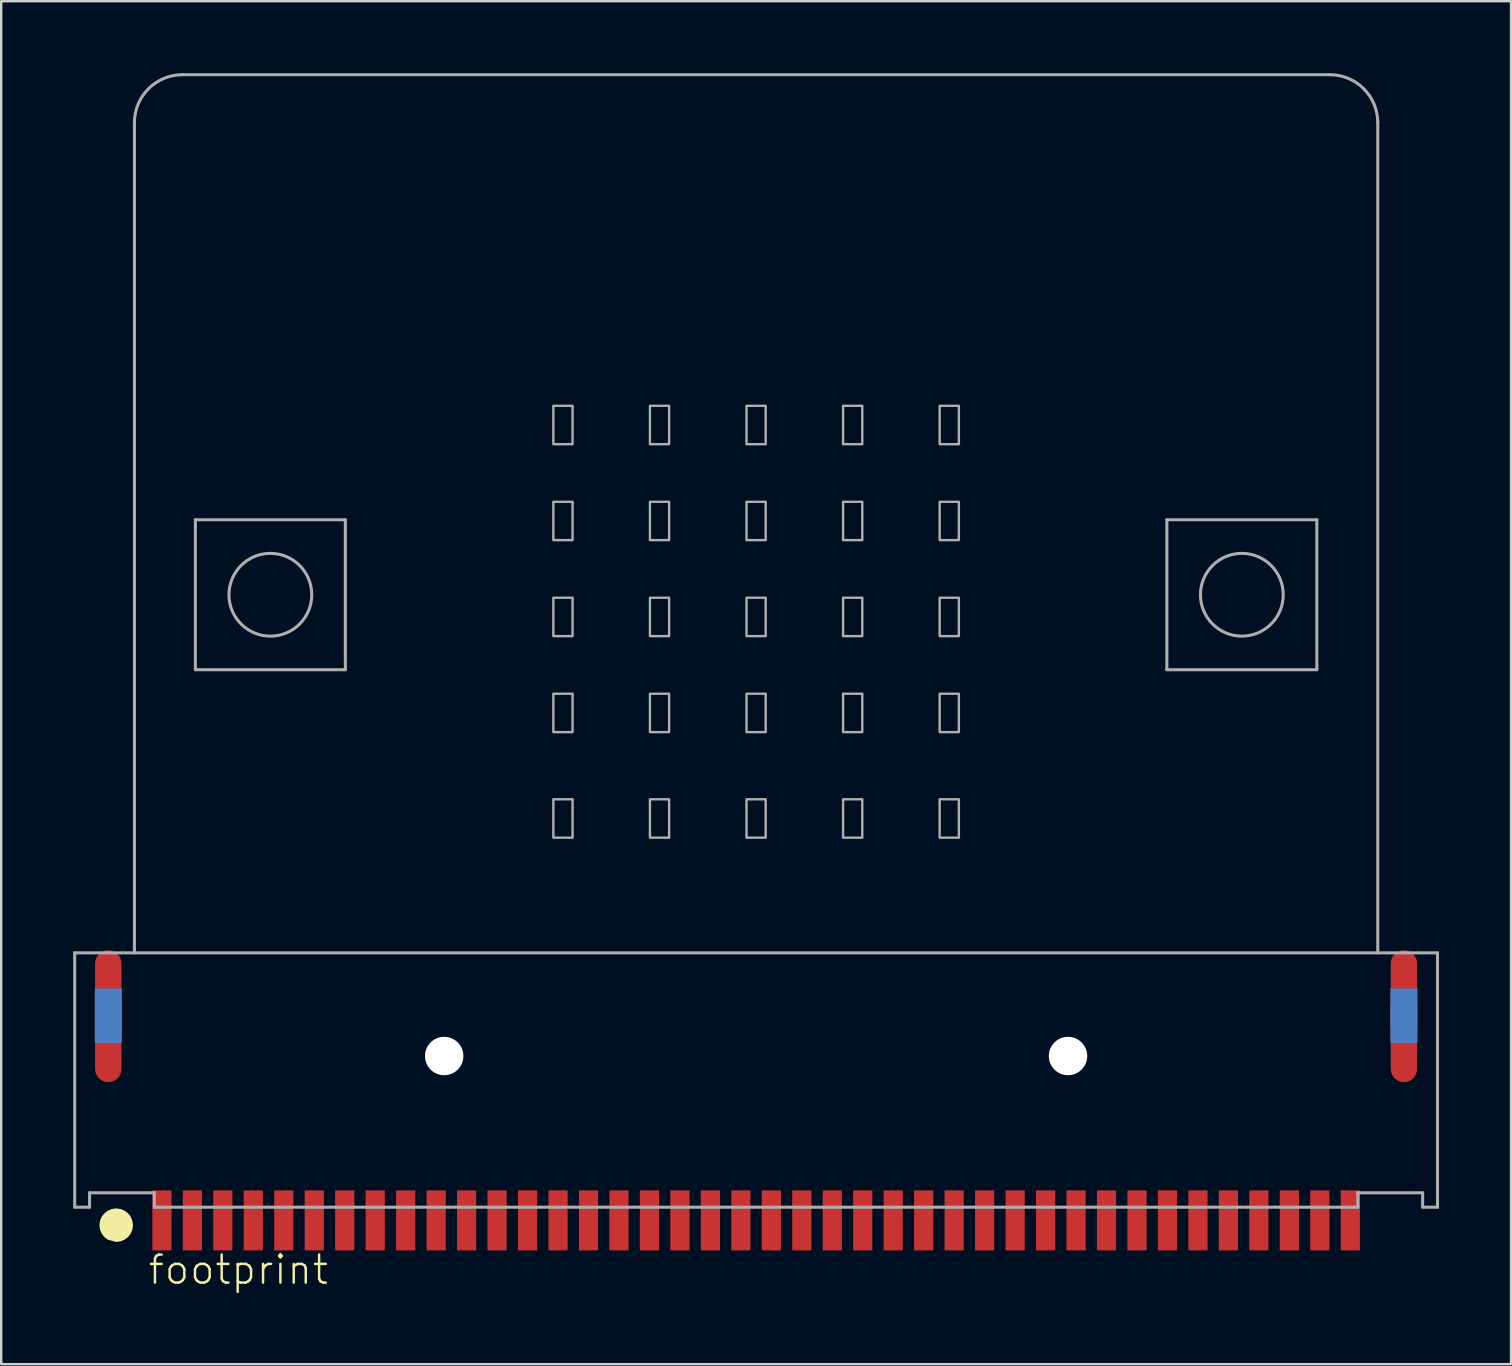
<source format=kicad_pcb>
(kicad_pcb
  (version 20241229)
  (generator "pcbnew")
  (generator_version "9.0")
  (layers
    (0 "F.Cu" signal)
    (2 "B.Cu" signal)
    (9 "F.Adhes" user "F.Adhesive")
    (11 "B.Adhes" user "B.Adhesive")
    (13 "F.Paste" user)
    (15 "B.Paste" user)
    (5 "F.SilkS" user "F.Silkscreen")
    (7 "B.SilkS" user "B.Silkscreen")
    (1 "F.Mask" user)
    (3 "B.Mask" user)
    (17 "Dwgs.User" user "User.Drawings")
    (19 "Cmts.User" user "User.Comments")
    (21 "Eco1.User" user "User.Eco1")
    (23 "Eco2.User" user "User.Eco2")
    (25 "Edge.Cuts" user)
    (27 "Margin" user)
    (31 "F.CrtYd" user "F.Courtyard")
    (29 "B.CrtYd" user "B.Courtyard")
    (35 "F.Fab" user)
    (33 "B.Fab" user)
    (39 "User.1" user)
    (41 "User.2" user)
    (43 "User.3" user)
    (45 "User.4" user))
  (footprint "footprint"
    (layer "F.Cu")
    (at 28.463 41.663)
    (property "Reference" "footprint" (at -25.4 8.89 0) (layer "F.SilkS") (effects (font (size 1.168 1.168) (thickness 0.102)) (justify left bottom)))
    (fp_poly (pts (xy -26.856 -5.096) (xy -26.722 -5.041) (xy -26.608 -4.952) (xy -26.519 -4.838) (xy -26.464 -4.704) (xy -26.445 -4.56) (xy -26.445 -0.16) (xy -26.464 -0.016) (xy -26.519 0.118) (xy -26.608 0.232) (xy -26.722 0.321) (xy -26.856 0.376) (xy -27 0.395) (xy -27.144 0.376) (xy -27.278 0.321) (xy -27.392 0.232) (xy -27.481 0.117) (xy -27.555 -0.159) (xy -27.555 -4.56) (xy -27.536 -4.704) (xy -27.481 -4.838) (xy -27.392 -4.952) (xy -27.277 -5.041) (xy -27 -5.115)) (stroke (width 0) (type solid)) (fill yes) (layer "F.Mask"))
    (fp_poly (pts (xy 27.144 -5.096) (xy 27.278 -5.041) (xy 27.392 -4.952) (xy 27.481 -4.838) (xy 27.536 -4.704) (xy 27.555 -4.56) (xy 27.555 -0.16) (xy 27.536 -0.016) (xy 27.481 0.118) (xy 27.392 0.232) (xy 27.278 0.321) (xy 27.144 0.376) (xy 27 0.395) (xy 26.856 0.376) (xy 26.722 0.321) (xy 26.608 0.232) (xy 26.519 0.117) (xy 26.445 -0.159) (xy 26.445 -4.56) (xy 26.464 -4.704) (xy 26.519 -4.838) (xy 26.608 -4.952) (xy 26.723 -5.041) (xy 27 -5.115)) (stroke (width 0) (type solid)) (fill yes) (layer "F.Mask"))
    (fp_poly (pts (xy -26.437 -1.246) (xy -27.563 -1.246) (xy -27.563 -3.516) (xy -26.437 -3.516)) (stroke (width 0) (type solid)) (fill yes) (layer "B.Cu"))
    (fp_poly (pts (xy 27.563 -1.246) (xy 26.437 -1.246) (xy 26.437 -3.516) (xy 27.563 -3.516)) (stroke (width 0) (type solid)) (fill yes) (layer "B.Cu"))
    (fp_poly (pts (xy -26.489 5.675) (xy -26.32 5.745) (xy -26.176 5.856) (xy -26.065 6) (xy -25.995 6.169) (xy -25.971 6.35) (xy -25.995 6.531) (xy -26.065 6.7) (xy -26.176 6.844) (xy -26.32 6.955) (xy -26.489 7.025) (xy -26.674 7.05) (xy -27.016 6.958) (xy -27.164 6.844) (xy -27.275 6.7) (xy -27.345 6.531) (xy -27.369 6.35) (xy -27.345 6.169) (xy -27.275 6) (xy -27.164 5.856) (xy -27.02 5.745) (xy -26.851 5.675) (xy -26.67 5.651)) (stroke (width 0) (type solid)) (fill yes) (layer "F.SilkS"))
    (fp_poly (pts (xy -26.437 -1.246) (xy -27.563 -1.246) (xy -27.563 -3.516) (xy -26.437 -3.516)) (stroke (width 0) (type solid)) (fill yes) (layer "In2.Cu"))
    (fp_poly (pts (xy 27.563 -1.246) (xy 26.437 -1.246) (xy 26.437 -3.516) (xy 27.563 -3.516)) (stroke (width 0) (type solid)) (fill yes) (layer "In2.Cu"))
    (fp_poly (pts (xy -26.856 -5.096) (xy -26.722 -5.041) (xy -26.608 -4.952) (xy -26.519 -4.838) (xy -26.464 -4.704) (xy -26.445 -4.56) (xy -26.445 -0.16) (xy -26.464 -0.016) (xy -26.519 0.118) (xy -26.608 0.232) (xy -26.722 0.321) (xy -26.856 0.376) (xy -27 0.395) (xy -27.277 0.321) (xy -27.392 0.232) (xy -27.481 0.118) (xy -27.536 -0.016) (xy -27.555 -0.16) (xy -27.555 -4.56) (xy -27.536 -4.704) (xy -27.481 -4.838) (xy -27.392 -4.952) (xy -27.278 -5.041) (xy -27.144 -5.096) (xy -27 -5.115)) (stroke (width 0) (type solid)) (fill yes) (layer "F.Paste"))
    (fp_poly (pts (xy 27.144 -5.096) (xy 27.278 -5.041) (xy 27.392 -4.952) (xy 27.481 -4.838) (xy 27.536 -4.704) (xy 27.555 -4.56) (xy 27.555 -0.16) (xy 27.536 -0.016) (xy 27.481 0.118) (xy 27.392 0.232) (xy 27.278 0.321) (xy 27.144 0.376) (xy 27 0.395) (xy 26.723 0.321) (xy 26.608 0.232) (xy 26.519 0.118) (xy 26.464 -0.016) (xy 26.445 -0.16) (xy 26.445 -4.56) (xy 26.464 -4.704) (xy 26.519 -4.838) (xy 26.608 -4.952) (xy 26.722 -5.041) (xy 26.856 -5.096) (xy 27 -5.115)) (stroke (width 0) (type solid)) (fill yes) (layer "F.Paste"))
    (fp_line (start -28.4 -5) (end -28.4 5.6) (stroke (width 0.127) (type solid)) (layer "F.Fab"))
    (fp_line (start -27.78 5) (end -27.78 5.6) (stroke (width 0.127) (type solid)) (layer "F.Fab"))
    (fp_line (start -27.78 5.6) (end -28.4 5.6) (stroke (width 0.127) (type solid)) (layer "F.Fab"))
    (fp_line (start -25.91 -5) (end -28.4 -5) (stroke (width 0.127) (type solid)) (layer "F.Fab"))
    (fp_line (start -25.91 -5) (end -25.91 -39.6) (stroke (width 0.127) (type solid)) (layer "F.Fab"))
    (fp_line (start -25.08 5) (end -27.78 5) (stroke (width 0.127) (type solid)) (layer "F.Fab"))
    (fp_line (start -25.08 5.6) (end -25.08 5) (stroke (width 0.127) (type solid)) (layer "F.Fab"))
    (fp_line (start -23.91 -41.6) (end 23.91 -41.6) (stroke (width 0.127) (type solid)) (layer "F.Fab"))
    (fp_line (start -23.37 -23.05) (end -17.12 -23.05) (stroke (width 0.127) (type solid)) (layer "F.Fab"))
    (fp_line (start -23.37 -16.8) (end -23.37 -23.05) (stroke (width 0.127) (type solid)) (layer "F.Fab"))
    (fp_line (start -17.12 -23.05) (end -17.12 -16.8) (stroke (width 0.127) (type solid)) (layer "F.Fab"))
    (fp_line (start -17.12 -16.8) (end -23.37 -16.8) (stroke (width 0.127) (type solid)) (layer "F.Fab"))
    (fp_line (start 17.12 -23.05) (end 23.37 -23.05) (stroke (width 0.127) (type solid)) (layer "F.Fab"))
    (fp_line (start 17.12 -16.8) (end 17.12 -23.05) (stroke (width 0.127) (type solid)) (layer "F.Fab"))
    (fp_line (start 23.37 -23.05) (end 23.37 -16.8) (stroke (width 0.127) (type solid)) (layer "F.Fab"))
    (fp_line (start 23.37 -16.8) (end 17.12 -16.8) (stroke (width 0.127) (type solid)) (layer "F.Fab"))
    (fp_line (start 25.08 5) (end 25.08 5.6) (stroke (width 0.127) (type solid)) (layer "F.Fab"))
    (fp_line (start 25.08 5.6) (end -25.08 5.6) (stroke (width 0.127) (type solid)) (layer "F.Fab"))
    (fp_line (start 25.91 -39.6) (end 25.91 -5) (stroke (width 0.127) (type solid)) (layer "F.Fab"))
    (fp_line (start 25.91 -5) (end -25.91 -5) (stroke (width 0.127) (type solid)) (layer "F.Fab"))
    (fp_line (start 27.78 5) (end 25.08 5) (stroke (width 0.127) (type solid)) (layer "F.Fab"))
    (fp_line (start 27.78 5) (end 27.78 5.6) (stroke (width 0.127) (type solid)) (layer "F.Fab"))
    (fp_line (start 28.4 -5) (end 25.91 -5) (stroke (width 0.127) (type solid)) (layer "F.Fab"))
    (fp_line (start 28.4 -5) (end 28.4 5.6) (stroke (width 0.127) (type solid)) (layer "F.Fab"))
    (fp_line (start 28.4 5.6) (end 27.78 5.6) (stroke (width 0.127) (type solid)) (layer "F.Fab"))
    (fp_arc (start -25.91 -39.6) (mid -25.324214 -41.014214) (end -23.91 -41.6) (stroke (width 0.127) (type solid)) (layer "F.Fab"))
    (fp_arc (start 23.91 -41.6) (mid 25.324214 -41.014214) (end 25.91 -39.6) (stroke (width 0.127) (type solid)) (layer "F.Fab"))
    (fp_circle (center -20.245 -19.925) (end -18.52 -19.925) (stroke (width 0.127) (type solid)) (fill no) (layer "F.Fab"))
    (fp_circle (center 20.245 -19.925) (end 21.97 -19.925) (stroke (width 0.127) (type solid)) (fill no) (layer "F.Fab"))
    (fp_poly (pts (xy -8.45 -26.2) (xy -7.65 -26.2) (xy -7.65 -27.8) (xy -8.45 -27.8)) (stroke (width 0.1) (type solid)) (fill no) (layer "F.Fab"))
    (fp_poly (pts (xy -8.45 -22.2) (xy -7.65 -22.2) (xy -7.65 -23.8) (xy -8.45 -23.8)) (stroke (width 0.1) (type solid)) (fill no) (layer "F.Fab"))
    (fp_poly (pts (xy -8.45 -18.2) (xy -7.65 -18.2) (xy -7.65 -19.8) (xy -8.45 -19.8)) (stroke (width 0.1) (type solid)) (fill no) (layer "F.Fab"))
    (fp_poly (pts (xy -8.45 -14.2) (xy -7.65 -14.2) (xy -7.65 -15.8) (xy -8.45 -15.8)) (stroke (width 0.1) (type solid)) (fill no) (layer "F.Fab"))
    (fp_poly (pts (xy -8.45 -9.8) (xy -7.65 -9.8) (xy -7.65 -11.4) (xy -8.45 -11.4)) (stroke (width 0.1) (type solid)) (fill no) (layer "F.Fab"))
    (fp_poly (pts (xy -4.425 -26.2) (xy -3.625 -26.2) (xy -3.625 -27.8) (xy -4.425 -27.8)) (stroke (width 0.1) (type solid)) (fill no) (layer "F.Fab"))
    (fp_poly (pts (xy -4.425 -22.2) (xy -3.625 -22.2) (xy -3.625 -23.8) (xy -4.425 -23.8)) (stroke (width 0.1) (type solid)) (fill no) (layer "F.Fab"))
    (fp_poly (pts (xy -4.425 -18.2) (xy -3.625 -18.2) (xy -3.625 -19.8) (xy -4.425 -19.8)) (stroke (width 0.1) (type solid)) (fill no) (layer "F.Fab"))
    (fp_poly (pts (xy -4.425 -14.2) (xy -3.625 -14.2) (xy -3.625 -15.8) (xy -4.425 -15.8)) (stroke (width 0.1) (type solid)) (fill no) (layer "F.Fab"))
    (fp_poly (pts (xy -4.425 -9.8) (xy -3.625 -9.8) (xy -3.625 -11.4) (xy -4.425 -11.4)) (stroke (width 0.1) (type solid)) (fill no) (layer "F.Fab"))
    (fp_poly (pts (xy -0.4 -26.2) (xy 0.4 -26.2) (xy 0.4 -27.8) (xy -0.4 -27.8)) (stroke (width 0.1) (type solid)) (fill no) (layer "F.Fab"))
    (fp_poly (pts (xy -0.4 -22.2) (xy 0.4 -22.2) (xy 0.4 -23.8) (xy -0.4 -23.8)) (stroke (width 0.1) (type solid)) (fill no) (layer "F.Fab"))
    (fp_poly (pts (xy -0.4 -18.2) (xy 0.4 -18.2) (xy 0.4 -19.8) (xy -0.4 -19.8)) (stroke (width 0.1) (type solid)) (fill no) (layer "F.Fab"))
    (fp_poly (pts (xy -0.4 -14.2) (xy 0.4 -14.2) (xy 0.4 -15.8) (xy -0.4 -15.8)) (stroke (width 0.1) (type solid)) (fill no) (layer "F.Fab"))
    (fp_poly (pts (xy -0.4 -9.8) (xy 0.4 -9.8) (xy 0.4 -11.4) (xy -0.4 -11.4)) (stroke (width 0.1) (type solid)) (fill no) (layer "F.Fab"))
    (fp_poly (pts (xy 3.625 -26.2) (xy 4.425 -26.2) (xy 4.425 -27.8) (xy 3.625 -27.8)) (stroke (width 0.1) (type solid)) (fill no) (layer "F.Fab"))
    (fp_poly (pts (xy 3.625 -22.2) (xy 4.425 -22.2) (xy 4.425 -23.8) (xy 3.625 -23.8)) (stroke (width 0.1) (type solid)) (fill no) (layer "F.Fab"))
    (fp_poly (pts (xy 3.625 -18.2) (xy 4.425 -18.2) (xy 4.425 -19.8) (xy 3.625 -19.8)) (stroke (width 0.1) (type solid)) (fill no) (layer "F.Fab"))
    (fp_poly (pts (xy 3.625 -14.2) (xy 4.425 -14.2) (xy 4.425 -15.8) (xy 3.625 -15.8)) (stroke (width 0.1) (type solid)) (fill no) (layer "F.Fab"))
    (fp_poly (pts (xy 3.625 -9.8) (xy 4.425 -9.8) (xy 4.425 -11.4) (xy 3.625 -11.4)) (stroke (width 0.1) (type solid)) (fill no) (layer "F.Fab"))
    (fp_poly (pts (xy 7.65 -26.2) (xy 8.45 -26.2) (xy 8.45 -27.8) (xy 7.65 -27.8)) (stroke (width 0.1) (type solid)) (fill no) (layer "F.Fab"))
    (fp_poly (pts (xy 7.65 -22.2) (xy 8.45 -22.2) (xy 8.45 -23.8) (xy 7.65 -23.8)) (stroke (width 0.1) (type solid)) (fill no) (layer "F.Fab"))
    (fp_poly (pts (xy 7.65 -18.2) (xy 8.45 -18.2) (xy 8.45 -19.8) (xy 7.65 -19.8)) (stroke (width 0.1) (type solid)) (fill no) (layer "F.Fab"))
    (fp_poly (pts (xy 7.65 -14.2) (xy 8.45 -14.2) (xy 8.45 -15.8) (xy 7.65 -15.8)) (stroke (width 0.1) (type solid)) (fill no) (layer "F.Fab"))
    (fp_poly (pts (xy 7.65 -9.8) (xy 8.45 -9.8) (xy 8.45 -11.4) (xy 7.65 -11.4)) (stroke (width 0.1) (type solid)) (fill no) (layer "F.Fab"))
    (pad "" np_thru_hole circle (at -13 -0.7) (size 1.6 1.6) (drill 1.6) (layers "*.Cu" "*.Mask"))
    (pad "" np_thru_hole circle (at 13 -0.7) (size 1.6 1.6) (drill 1.6) (layers "*.Cu" "*.Mask"))
    (pad "P$1" smd rect (at -24.765 6.15 270) (size 2.5 0.8) (layers "F.Cu" "F.Mask" "F.Paste"))
    (pad "P$2" smd rect (at -23.495 6.15 270) (size 2.5 0.8) (layers "F.Cu" "F.Mask" "F.Paste"))
    (pad "P$3" smd rect (at -22.225 6.15 270) (size 2.5 0.8) (layers "F.Cu" "F.Mask" "F.Paste"))
    (pad "P$4" smd rect (at -20.955 6.15 270) (size 2.5 0.8) (layers "F.Cu" "F.Mask" "F.Paste"))
    (pad "P$5" smd rect (at -19.685 6.15 270) (size 2.5 0.8) (layers "F.Cu" "F.Mask" "F.Paste"))
    (pad "P$6" smd rect (at -18.415 6.15 270) (size 2.5 0.8) (layers "F.Cu" "F.Mask" "F.Paste"))
    (pad "P$7" smd rect (at -17.145 6.15 270) (size 2.5 0.8) (layers "F.Cu" "F.Mask" "F.Paste"))
    (pad "P$8" smd rect (at -15.875 6.15 270) (size 2.5 0.8) (layers "F.Cu" "F.Mask" "F.Paste"))
    (pad "P$9" smd rect (at -14.605 6.15 270) (size 2.5 0.8) (layers "F.Cu" "F.Mask" "F.Paste"))
    (pad "P$10" smd rect (at -13.335 6.15 270) (size 2.5 0.8) (layers "F.Cu" "F.Mask" "F.Paste"))
    (pad "P$11" smd rect (at -12.065 6.15 270) (size 2.5 0.8) (layers "F.Cu" "F.Mask" "F.Paste"))
    (pad "P$12" smd rect (at -10.795 6.15 270) (size 2.5 0.8) (layers "F.Cu" "F.Mask" "F.Paste"))
    (pad "P$13" smd rect (at -9.525 6.15 270) (size 2.5 0.8) (layers "F.Cu" "F.Mask" "F.Paste"))
    (pad "P$14" smd rect (at -8.255 6.15 270) (size 2.5 0.8) (layers "F.Cu" "F.Mask" "F.Paste"))
    (pad "P$15" smd rect (at -6.985 6.15 270) (size 2.5 0.8) (layers "F.Cu" "F.Mask" "F.Paste"))
    (pad "P$16" smd rect (at -5.715 6.15 270) (size 2.5 0.8) (layers "F.Cu" "F.Mask" "F.Paste"))
    (pad "P$17" smd rect (at -4.445 6.15 270) (size 2.5 0.8) (layers "F.Cu" "F.Mask" "F.Paste"))
    (pad "P$18" smd rect (at -3.175 6.15 270) (size 2.5 0.8) (layers "F.Cu" "F.Mask" "F.Paste"))
    (pad "P$19" smd rect (at -1.905 6.15 270) (size 2.5 0.8) (layers "F.Cu" "F.Mask" "F.Paste"))
    (pad "P$20" smd rect (at -0.635 6.15 270) (size 2.5 0.8) (layers "F.Cu" "F.Mask" "F.Paste"))
    (pad "P$21" smd rect (at 0.635 6.15 270) (size 2.5 0.8) (layers "F.Cu" "F.Mask" "F.Paste"))
    (pad "P$22" smd rect (at 1.905 6.15 270) (size 2.5 0.8) (layers "F.Cu" "F.Mask" "F.Paste"))
    (pad "P$23" smd rect (at 3.175 6.15 270) (size 2.5 0.8) (layers "F.Cu" "F.Mask" "F.Paste"))
    (pad "P$24" smd rect (at 4.445 6.15 270) (size 2.5 0.8) (layers "F.Cu" "F.Mask" "F.Paste"))
    (pad "P$25" smd rect (at 5.715 6.15 270) (size 2.5 0.8) (layers "F.Cu" "F.Mask" "F.Paste"))
    (pad "P$26" smd rect (at 6.985 6.15 270) (size 2.5 0.8) (layers "F.Cu" "F.Mask" "F.Paste"))
    (pad "P$27" smd rect (at 8.255 6.15 270) (size 2.5 0.8) (layers "F.Cu" "F.Mask" "F.Paste"))
    (pad "P$28" smd rect (at 9.525 6.15 270) (size 2.5 0.8) (layers "F.Cu" "F.Mask" "F.Paste"))
    (pad "P$29" smd rect (at 10.795 6.15 270) (size 2.5 0.8) (layers "F.Cu" "F.Mask" "F.Paste"))
    (pad "P$30" smd rect (at 12.065 6.15 270) (size 2.5 0.8) (layers "F.Cu" "F.Mask" "F.Paste"))
    (pad "P$31" smd rect (at 13.335 6.15 270) (size 2.5 0.8) (layers "F.Cu" "F.Mask" "F.Paste"))
    (pad "P$32" smd rect (at 14.605 6.15 270) (size 2.5 0.8) (layers "F.Cu" "F.Mask" "F.Paste"))
    (pad "P$33" smd rect (at 15.875 6.15 270) (size 2.5 0.8) (layers "F.Cu" "F.Mask" "F.Paste"))
    (pad "P$34" smd rect (at 17.145 6.15 270) (size 2.5 0.8) (layers "F.Cu" "F.Mask" "F.Paste"))
    (pad "P$35" smd rect (at 18.415 6.15 270) (size 2.5 0.8) (layers "F.Cu" "F.Mask" "F.Paste"))
    (pad "P$36" smd rect (at 19.685 6.15 270) (size 2.5 0.8) (layers "F.Cu" "F.Mask" "F.Paste"))
    (pad "P$37" smd rect (at 20.955 6.15 270) (size 2.5 0.8) (layers "F.Cu" "F.Mask" "F.Paste"))
    (pad "P$38" smd rect (at 22.225 6.15 270) (size 2.5 0.8) (layers "F.Cu" "F.Mask" "F.Paste"))
    (pad "P$39" smd rect (at 23.495 6.15 270) (size 2.5 0.8) (layers "F.Cu" "F.Mask" "F.Paste"))
    (pad "P$40" smd rect (at 24.765 6.15 270) (size 2.5 0.8) (layers "F.Cu" "F.Mask" "F.Paste"))
    (pad "P$42" smd roundrect (at -27 -2.36 90) (size 5.5 1.1) (layers "F.Cu" "F.Mask" "F.Paste") (roundrect_rratio 0.5))
    (pad "P$43" smd roundrect (at 27 -2.36 90) (size 5.5 1.1) (layers "F.Cu" "F.Mask" "F.Paste") (roundrect_rratio 0.5))
    (pad "P$44" smd roundrect (at -27 -2.36 90) (size 2 1.1) (layers "*.Cu" "*.Mask") (roundrect_rratio 0.5))
    (pad "P$45" smd roundrect (at 27 -2.36 90) (size 2 1.1) (layers "*.Cu" "*.Mask") (roundrect_rratio 0.5)))
  (gr_rect
    (start -3 -3)
    (end 59.927 53.804)
    (stroke (width 0.1) (type default))
    (fill no)
    (layer "Edge.Cuts")))
</source>
